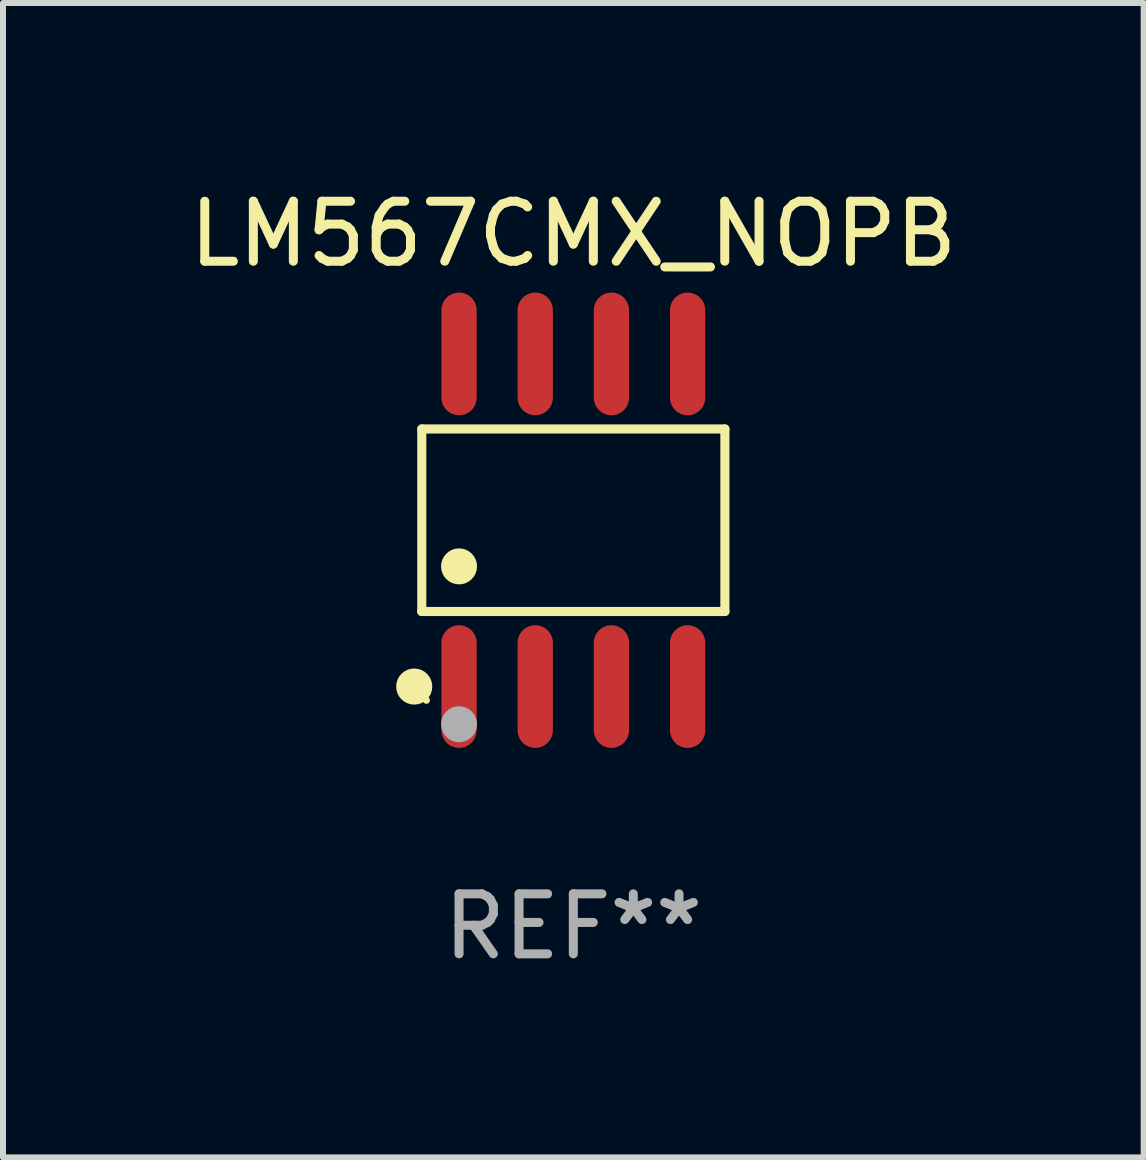
<source format=kicad_pcb>
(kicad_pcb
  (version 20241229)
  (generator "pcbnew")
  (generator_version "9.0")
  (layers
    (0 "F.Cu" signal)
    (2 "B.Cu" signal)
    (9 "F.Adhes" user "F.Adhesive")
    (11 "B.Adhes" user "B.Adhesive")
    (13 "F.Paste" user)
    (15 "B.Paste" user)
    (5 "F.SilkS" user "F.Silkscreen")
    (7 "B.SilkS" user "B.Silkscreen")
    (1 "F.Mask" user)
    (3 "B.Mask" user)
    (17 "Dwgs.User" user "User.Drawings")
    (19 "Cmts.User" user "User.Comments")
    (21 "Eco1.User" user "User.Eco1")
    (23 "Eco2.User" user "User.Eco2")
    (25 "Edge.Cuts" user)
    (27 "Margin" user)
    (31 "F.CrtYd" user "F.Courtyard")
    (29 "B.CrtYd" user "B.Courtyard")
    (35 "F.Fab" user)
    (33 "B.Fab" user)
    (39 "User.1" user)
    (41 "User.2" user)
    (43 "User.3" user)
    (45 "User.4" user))
  (footprint "LM567CMX_NOPB"
    (layer "F.Cu")
    (at 6.506 5.621)
    (property "Reference" "LM567CMX_NOPB" (at 0 -4.772 0) (layer "F.SilkS") (effects (font (size 1 1) (thickness 0.15))))
    (attr through_hole)
    (fp_line (start -2.526 -1.521) (end 2.526 -1.521) (stroke (width 0.152) (type solid)) (layer "F.SilkS"))
    (fp_line (start -2.526 1.521) (end -2.526 -1.521) (stroke (width 0.152) (type solid)) (layer "F.SilkS"))
    (fp_line (start 2.526 -1.521) (end 2.526 1.521) (stroke (width 0.152) (type solid)) (layer "F.SilkS"))
    (fp_line (start 2.526 1.521) (end -2.526 1.521) (stroke (width 0.152) (type solid)) (layer "F.SilkS"))
    (fp_circle (center -2.652 2.772) (end -2.501 2.772) (stroke (width 0.3) (type solid)) (fill no) (layer "F.SilkS"))
    (fp_circle (center -2.45 3) (end -2.42 3) (stroke (width 0.06) (type solid)) (fill no) (layer "F.SilkS"))
    (fp_circle (center -1.905 0.769) (end -1.755 0.769) (stroke (width 0.3) (type solid)) (fill no) (layer "F.SilkS"))
    (fp_circle (center -1.905 3.4) (end -1.755 3.4) (stroke (width 0.3) (type solid)) (fill no) (layer "F.Fab"))
    (fp_text user "REF**" (at 0 6.772 0) (layer "F.Fab") (effects (font (size 1 1) (thickness 0.15))))
    (pad "1" smd oval (at -1.905 2.772) (size 0.588 2.045) (layers "F.Cu" "F.Mask" "F.Paste"))
    (pad "2" smd oval (at -0.635 2.772) (size 0.588 2.045) (layers "F.Cu" "F.Mask" "F.Paste"))
    (pad "3" smd oval (at 0.635 2.772) (size 0.588 2.045) (layers "F.Cu" "F.Mask" "F.Paste"))
    (pad "4" smd oval (at 1.905 2.772) (size 0.588 2.045) (layers "F.Cu" "F.Mask" "F.Paste"))
    (pad "5" smd oval (at 1.905 -2.772) (size 0.588 2.045) (layers "F.Cu" "F.Mask" "F.Paste"))
    (pad "6" smd oval (at 0.635 -2.772) (size 0.588 2.045) (layers "F.Cu" "F.Mask" "F.Paste"))
    (pad "7" smd oval (at -0.635 -2.772) (size 0.588 2.045) (layers "F.Cu" "F.Mask" "F.Paste"))
    (pad "8" smd oval (at -1.905 -2.772) (size 0.588 2.045) (layers "F.Cu" "F.Mask" "F.Paste")))
  (gr_rect
    (start -3 -3)
    (end 16.012 16.241)
    (stroke (width 0.1) (type default))
    (fill no)
    (layer "Edge.Cuts")))
</source>
